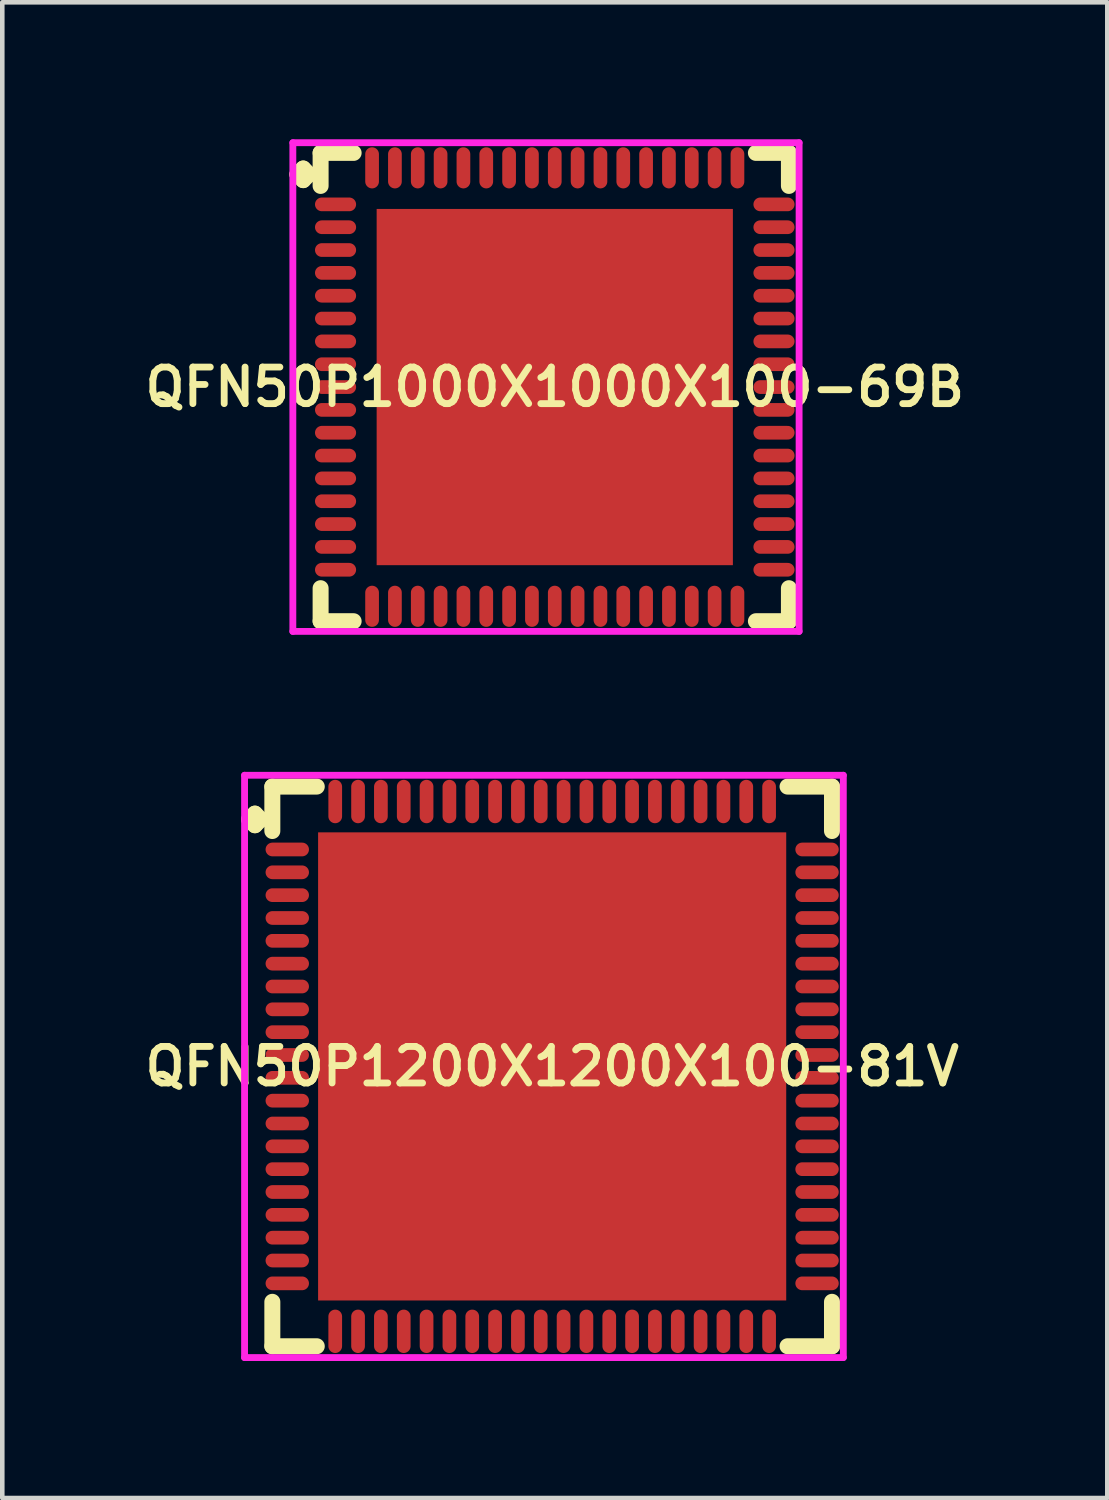
<source format=kicad_pcb>
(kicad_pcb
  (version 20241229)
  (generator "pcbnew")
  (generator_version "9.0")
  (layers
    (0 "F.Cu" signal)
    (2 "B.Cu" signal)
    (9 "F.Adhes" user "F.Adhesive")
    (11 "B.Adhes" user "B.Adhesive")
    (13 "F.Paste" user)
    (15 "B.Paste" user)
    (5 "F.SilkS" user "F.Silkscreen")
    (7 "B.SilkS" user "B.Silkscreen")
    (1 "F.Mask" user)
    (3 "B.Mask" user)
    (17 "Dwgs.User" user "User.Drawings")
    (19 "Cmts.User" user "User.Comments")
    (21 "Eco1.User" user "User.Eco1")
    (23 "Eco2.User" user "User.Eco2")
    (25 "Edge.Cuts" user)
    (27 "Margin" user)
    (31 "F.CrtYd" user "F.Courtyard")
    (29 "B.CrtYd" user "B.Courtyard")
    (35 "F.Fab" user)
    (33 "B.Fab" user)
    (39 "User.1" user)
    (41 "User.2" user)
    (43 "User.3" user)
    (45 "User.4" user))
  (footprint "QFN50P1200X1200X100-81V"
    (layer "F.Cu")
    (at 9.04 20.3)
    (property "Reference" "QFN50P1200X1200X100-81V" (at 0 0 0) (layer "F.SilkS") (effects (font (size 0.8 0.8) (thickness 0.15))))
    (attr smd)
    (fp_line (start -6.635 -5.408) (end -6.508 -5.535) (stroke (width 0.35) (type solid)) (layer "F.SilkS"))
    (fp_line (start -6.508 -5.535) (end -6.381 -5.408) (stroke (width 0.35) (type solid)) (layer "F.SilkS"))
    (fp_line (start -6.508 -5.281) (end -6.635 -5.408) (stroke (width 0.35) (type solid)) (layer "F.SilkS"))
    (fp_line (start -6.381 -5.408) (end -6.508 -5.281) (stroke (width 0.35) (type solid)) (layer "F.SilkS"))
    (fp_line (start -6.127 -6.127) (end -5.154 -6.127) (stroke (width 0.35) (type solid)) (layer "F.SilkS"))
    (fp_line (start -6.127 -5.154) (end -6.127 -6.127) (stroke (width 0.35) (type solid)) (layer "F.SilkS"))
    (fp_line (start -6.127 5.154) (end -6.127 6.127) (stroke (width 0.35) (type solid)) (layer "F.SilkS"))
    (fp_line (start -6.127 6.127) (end -5.154 6.127) (stroke (width 0.35) (type solid)) (layer "F.SilkS"))
    (fp_line (start 5.154 -6.127) (end 6.127 -6.127) (stroke (width 0.35) (type solid)) (layer "F.SilkS"))
    (fp_line (start 5.154 6.127) (end 6.127 6.127) (stroke (width 0.35) (type solid)) (layer "F.SilkS"))
    (fp_line (start 6.127 -6.127) (end 6.127 -5.154) (stroke (width 0.35) (type solid)) (layer "F.SilkS"))
    (fp_line (start 6.127 6.127) (end 6.127 5.154) (stroke (width 0.35) (type solid)) (layer "F.SilkS"))
    (fp_line (start -6.735 -6.375) (end 6.375 -6.375) (stroke (width 0.15) (type solid)) (layer "F.CrtYd"))
    (fp_line (start -6.735 6.375) (end -6.735 -6.375) (stroke (width 0.15) (type solid)) (layer "F.CrtYd"))
    (fp_line (start 6.375 -6.375) (end 6.375 6.375) (stroke (width 0.15) (type solid)) (layer "F.CrtYd"))
    (fp_line (start 6.375 6.375) (end -6.735 6.375) (stroke (width 0.15) (type solid)) (layer "F.CrtYd"))
    (pad "1" smd oval (at -5.8 -4.75) (size 0.95 0.3) (layers "F.Cu" "F.Mask" "F.Paste"))
    (pad "2" smd oval (at -5.8 -4.25) (size 0.95 0.3) (layers "F.Cu" "F.Mask" "F.Paste"))
    (pad "3" smd oval (at -5.8 -3.75) (size 0.95 0.3) (layers "F.Cu" "F.Mask" "F.Paste"))
    (pad "4" smd oval (at -5.8 -3.25) (size 0.95 0.3) (layers "F.Cu" "F.Mask" "F.Paste"))
    (pad "5" smd oval (at -5.8 -2.75) (size 0.95 0.3) (layers "F.Cu" "F.Mask" "F.Paste"))
    (pad "6" smd oval (at -5.8 -2.25) (size 0.95 0.3) (layers "F.Cu" "F.Mask" "F.Paste"))
    (pad "7" smd oval (at -5.8 -1.75) (size 0.95 0.3) (layers "F.Cu" "F.Mask" "F.Paste"))
    (pad "8" smd oval (at -5.8 -1.25) (size 0.95 0.3) (layers "F.Cu" "F.Mask" "F.Paste"))
    (pad "9" smd oval (at -5.8 -0.75) (size 0.95 0.3) (layers "F.Cu" "F.Mask" "F.Paste"))
    (pad "10" smd oval (at -5.8 -0.25) (size 0.95 0.3) (layers "F.Cu" "F.Mask" "F.Paste"))
    (pad "11" smd oval (at -5.8 0.25) (size 0.95 0.3) (layers "F.Cu" "F.Mask" "F.Paste"))
    (pad "12" smd oval (at -5.8 0.75) (size 0.95 0.3) (layers "F.Cu" "F.Mask" "F.Paste"))
    (pad "13" smd oval (at -5.8 1.25) (size 0.95 0.3) (layers "F.Cu" "F.Mask" "F.Paste"))
    (pad "14" smd oval (at -5.8 1.75) (size 0.95 0.3) (layers "F.Cu" "F.Mask" "F.Paste"))
    (pad "15" smd oval (at -5.8 2.25) (size 0.95 0.3) (layers "F.Cu" "F.Mask" "F.Paste"))
    (pad "16" smd oval (at -5.8 2.75) (size 0.95 0.3) (layers "F.Cu" "F.Mask" "F.Paste"))
    (pad "17" smd oval (at -5.8 3.25) (size 0.95 0.3) (layers "F.Cu" "F.Mask" "F.Paste"))
    (pad "18" smd oval (at -5.8 3.75) (size 0.95 0.3) (layers "F.Cu" "F.Mask" "F.Paste"))
    (pad "19" smd oval (at -5.8 4.25) (size 0.95 0.3) (layers "F.Cu" "F.Mask" "F.Paste"))
    (pad "20" smd oval (at -5.8 4.75) (size 0.95 0.3) (layers "F.Cu" "F.Mask" "F.Paste"))
    (pad "21" smd oval (at -4.75 5.8) (size 0.3 0.95) (layers "F.Cu" "F.Mask" "F.Paste"))
    (pad "22" smd oval (at -4.25 5.8) (size 0.3 0.95) (layers "F.Cu" "F.Mask" "F.Paste"))
    (pad "23" smd oval (at -3.75 5.8) (size 0.3 0.95) (layers "F.Cu" "F.Mask" "F.Paste"))
    (pad "24" smd oval (at -3.25 5.8) (size 0.3 0.95) (layers "F.Cu" "F.Mask" "F.Paste"))
    (pad "25" smd oval (at -2.75 5.8) (size 0.3 0.95) (layers "F.Cu" "F.Mask" "F.Paste"))
    (pad "26" smd oval (at -2.25 5.8) (size 0.3 0.95) (layers "F.Cu" "F.Mask" "F.Paste"))
    (pad "27" smd oval (at -1.75 5.8) (size 0.3 0.95) (layers "F.Cu" "F.Mask" "F.Paste"))
    (pad "28" smd oval (at -1.25 5.8) (size 0.3 0.95) (layers "F.Cu" "F.Mask" "F.Paste"))
    (pad "29" smd oval (at -0.75 5.8) (size 0.3 0.95) (layers "F.Cu" "F.Mask" "F.Paste"))
    (pad "30" smd oval (at -0.25 5.8) (size 0.3 0.95) (layers "F.Cu" "F.Mask" "F.Paste"))
    (pad "31" smd oval (at 0.25 5.8) (size 0.3 0.95) (layers "F.Cu" "F.Mask" "F.Paste"))
    (pad "32" smd oval (at 0.75 5.8) (size 0.3 0.95) (layers "F.Cu" "F.Mask" "F.Paste"))
    (pad "33" smd oval (at 1.25 5.8) (size 0.3 0.95) (layers "F.Cu" "F.Mask" "F.Paste"))
    (pad "34" smd oval (at 1.75 5.8) (size 0.3 0.95) (layers "F.Cu" "F.Mask" "F.Paste"))
    (pad "35" smd oval (at 2.25 5.8) (size 0.3 0.95) (layers "F.Cu" "F.Mask" "F.Paste"))
    (pad "36" smd oval (at 2.75 5.8) (size 0.3 0.95) (layers "F.Cu" "F.Mask" "F.Paste"))
    (pad "37" smd oval (at 3.25 5.8) (size 0.3 0.95) (layers "F.Cu" "F.Mask" "F.Paste"))
    (pad "38" smd oval (at 3.75 5.8) (size 0.3 0.95) (layers "F.Cu" "F.Mask" "F.Paste"))
    (pad "39" smd oval (at 4.25 5.8) (size 0.3 0.95) (layers "F.Cu" "F.Mask" "F.Paste"))
    (pad "40" smd oval (at 4.75 5.8) (size 0.3 0.95) (layers "F.Cu" "F.Mask" "F.Paste"))
    (pad "41" smd oval (at 5.8 4.75) (size 0.95 0.3) (layers "F.Cu" "F.Mask" "F.Paste"))
    (pad "42" smd oval (at 5.8 4.25) (size 0.95 0.3) (layers "F.Cu" "F.Mask" "F.Paste"))
    (pad "43" smd oval (at 5.8 3.75) (size 0.95 0.3) (layers "F.Cu" "F.Mask" "F.Paste"))
    (pad "44" smd oval (at 5.8 3.25) (size 0.95 0.3) (layers "F.Cu" "F.Mask" "F.Paste"))
    (pad "45" smd oval (at 5.8 2.75) (size 0.95 0.3) (layers "F.Cu" "F.Mask" "F.Paste"))
    (pad "46" smd oval (at 5.8 2.25) (size 0.95 0.3) (layers "F.Cu" "F.Mask" "F.Paste"))
    (pad "47" smd oval (at 5.8 1.75) (size 0.95 0.3) (layers "F.Cu" "F.Mask" "F.Paste"))
    (pad "48" smd oval (at 5.8 1.25) (size 0.95 0.3) (layers "F.Cu" "F.Mask" "F.Paste"))
    (pad "49" smd oval (at 5.8 0.75) (size 0.95 0.3) (layers "F.Cu" "F.Mask" "F.Paste"))
    (pad "50" smd oval (at 5.8 0.25) (size 0.95 0.3) (layers "F.Cu" "F.Mask" "F.Paste"))
    (pad "51" smd oval (at 5.8 -0.25) (size 0.95 0.3) (layers "F.Cu" "F.Mask" "F.Paste"))
    (pad "52" smd oval (at 5.8 -0.75) (size 0.95 0.3) (layers "F.Cu" "F.Mask" "F.Paste"))
    (pad "53" smd oval (at 5.8 -1.25) (size 0.95 0.3) (layers "F.Cu" "F.Mask" "F.Paste"))
    (pad "54" smd oval (at 5.8 -1.75) (size 0.95 0.3) (layers "F.Cu" "F.Mask" "F.Paste"))
    (pad "55" smd oval (at 5.8 -2.25) (size 0.95 0.3) (layers "F.Cu" "F.Mask" "F.Paste"))
    (pad "56" smd oval (at 5.8 -2.75) (size 0.95 0.3) (layers "F.Cu" "F.Mask" "F.Paste"))
    (pad "57" smd oval (at 5.8 -3.25) (size 0.95 0.3) (layers "F.Cu" "F.Mask" "F.Paste"))
    (pad "58" smd oval (at 5.8 -3.75) (size 0.95 0.3) (layers "F.Cu" "F.Mask" "F.Paste"))
    (pad "59" smd oval (at 5.8 -4.25) (size 0.95 0.3) (layers "F.Cu" "F.Mask" "F.Paste"))
    (pad "60" smd oval (at 5.8 -4.75) (size 0.95 0.3) (layers "F.Cu" "F.Mask" "F.Paste"))
    (pad "61" smd oval (at 4.75 -5.8) (size 0.3 0.95) (layers "F.Cu" "F.Mask" "F.Paste"))
    (pad "62" smd oval (at 4.25 -5.8) (size 0.3 0.95) (layers "F.Cu" "F.Mask" "F.Paste"))
    (pad "63" smd oval (at 3.75 -5.8) (size 0.3 0.95) (layers "F.Cu" "F.Mask" "F.Paste"))
    (pad "64" smd oval (at 3.25 -5.8) (size 0.3 0.95) (layers "F.Cu" "F.Mask" "F.Paste"))
    (pad "65" smd oval (at 2.75 -5.8) (size 0.3 0.95) (layers "F.Cu" "F.Mask" "F.Paste"))
    (pad "66" smd oval (at 2.25 -5.8) (size 0.3 0.95) (layers "F.Cu" "F.Mask" "F.Paste"))
    (pad "67" smd oval (at 1.75 -5.8) (size 0.3 0.95) (layers "F.Cu" "F.Mask" "F.Paste"))
    (pad "68" smd oval (at 1.25 -5.8) (size 0.3 0.95) (layers "F.Cu" "F.Mask" "F.Paste"))
    (pad "69" smd oval (at 0.75 -5.8) (size 0.3 0.95) (layers "F.Cu" "F.Mask" "F.Paste"))
    (pad "70" smd oval (at 0.25 -5.8) (size 0.3 0.95) (layers "F.Cu" "F.Mask" "F.Paste"))
    (pad "71" smd oval (at -0.25 -5.8) (size 0.3 0.95) (layers "F.Cu" "F.Mask" "F.Paste"))
    (pad "72" smd oval (at -0.75 -5.8) (size 0.3 0.95) (layers "F.Cu" "F.Mask" "F.Paste"))
    (pad "73" smd oval (at -1.25 -5.8) (size 0.3 0.95) (layers "F.Cu" "F.Mask" "F.Paste"))
    (pad "74" smd oval (at -1.75 -5.8) (size 0.3 0.95) (layers "F.Cu" "F.Mask" "F.Paste"))
    (pad "75" smd oval (at -2.25 -5.8) (size 0.3 0.95) (layers "F.Cu" "F.Mask" "F.Paste"))
    (pad "76" smd oval (at -2.75 -5.8) (size 0.3 0.95) (layers "F.Cu" "F.Mask" "F.Paste"))
    (pad "77" smd oval (at -3.25 -5.8) (size 0.3 0.95) (layers "F.Cu" "F.Mask" "F.Paste"))
    (pad "78" smd oval (at -3.75 -5.8) (size 0.3 0.95) (layers "F.Cu" "F.Mask" "F.Paste"))
    (pad "79" smd oval (at -4.25 -5.8) (size 0.3 0.95) (layers "F.Cu" "F.Mask" "F.Paste"))
    (pad "80" smd oval (at -4.75 -5.8) (size 0.3 0.95) (layers "F.Cu" "F.Mask" "F.Paste"))
    (pad "81" smd rect (at 0 0) (size 10.25 10.25) (layers "F.Cu" "F.Mask" "F.Paste")))
  (footprint "QFN50P1000X1000X100-69B"
    (layer "F.Cu")
    (at 9.097 5.425)
    (property "Reference" "QFN50P1000X1000X100-69B" (at 0 0 0) (layer "F.SilkS") (effects (font (size 0.8 0.8) (thickness 0.15))))
    (attr smd)
    (fp_line (start -5.635 -4.658) (end -5.508 -4.785) (stroke (width 0.35) (type solid)) (layer "F.SilkS"))
    (fp_line (start -5.508 -4.785) (end -5.381 -4.658) (stroke (width 0.35) (type solid)) (layer "F.SilkS"))
    (fp_line (start -5.508 -4.531) (end -5.635 -4.658) (stroke (width 0.35) (type solid)) (layer "F.SilkS"))
    (fp_line (start -5.381 -4.658) (end -5.508 -4.531) (stroke (width 0.35) (type solid)) (layer "F.SilkS"))
    (fp_line (start -5.127 -5.127) (end -4.404 -5.127) (stroke (width 0.35) (type solid)) (layer "F.SilkS"))
    (fp_line (start -5.127 -4.404) (end -5.127 -5.127) (stroke (width 0.35) (type solid)) (layer "F.SilkS"))
    (fp_line (start -5.127 4.404) (end -5.127 5.127) (stroke (width 0.35) (type solid)) (layer "F.SilkS"))
    (fp_line (start -5.127 5.127) (end -4.404 5.127) (stroke (width 0.35) (type solid)) (layer "F.SilkS"))
    (fp_line (start 4.404 -5.127) (end 5.127 -5.127) (stroke (width 0.35) (type solid)) (layer "F.SilkS"))
    (fp_line (start 4.404 5.127) (end 5.127 5.127) (stroke (width 0.35) (type solid)) (layer "F.SilkS"))
    (fp_line (start 5.127 -5.127) (end 5.127 -4.404) (stroke (width 0.35) (type solid)) (layer "F.SilkS"))
    (fp_line (start 5.127 5.127) (end 5.127 4.404) (stroke (width 0.35) (type solid)) (layer "F.SilkS"))
    (fp_line (start -5.735 -5.35) (end 5.35 -5.35) (stroke (width 0.15) (type solid)) (layer "F.CrtYd"))
    (fp_line (start -5.735 5.35) (end -5.735 -5.35) (stroke (width 0.15) (type solid)) (layer "F.CrtYd"))
    (fp_line (start 5.35 -5.35) (end 5.35 5.35) (stroke (width 0.15) (type solid)) (layer "F.CrtYd"))
    (fp_line (start 5.35 5.35) (end -5.735 5.35) (stroke (width 0.15) (type solid)) (layer "F.CrtYd"))
    (pad "1" smd oval (at -4.8 -4) (size 0.9 0.3) (layers "F.Cu" "F.Mask" "F.Paste"))
    (pad "2" smd oval (at -4.8 -3.5) (size 0.9 0.3) (layers "F.Cu" "F.Mask" "F.Paste"))
    (pad "3" smd oval (at -4.8 -3) (size 0.9 0.3) (layers "F.Cu" "F.Mask" "F.Paste"))
    (pad "4" smd oval (at -4.8 -2.5) (size 0.9 0.3) (layers "F.Cu" "F.Mask" "F.Paste"))
    (pad "5" smd oval (at -4.8 -2) (size 0.9 0.3) (layers "F.Cu" "F.Mask" "F.Paste"))
    (pad "6" smd oval (at -4.8 -1.5) (size 0.9 0.3) (layers "F.Cu" "F.Mask" "F.Paste"))
    (pad "7" smd oval (at -4.8 -1) (size 0.9 0.3) (layers "F.Cu" "F.Mask" "F.Paste"))
    (pad "8" smd oval (at -4.8 -0.5) (size 0.9 0.3) (layers "F.Cu" "F.Mask" "F.Paste"))
    (pad "9" smd oval (at -4.8 0) (size 0.9 0.3) (layers "F.Cu" "F.Mask" "F.Paste"))
    (pad "10" smd oval (at -4.8 0.5) (size 0.9 0.3) (layers "F.Cu" "F.Mask" "F.Paste"))
    (pad "11" smd oval (at -4.8 1) (size 0.9 0.3) (layers "F.Cu" "F.Mask" "F.Paste"))
    (pad "12" smd oval (at -4.8 1.5) (size 0.9 0.3) (layers "F.Cu" "F.Mask" "F.Paste"))
    (pad "13" smd oval (at -4.8 2) (size 0.9 0.3) (layers "F.Cu" "F.Mask" "F.Paste"))
    (pad "14" smd oval (at -4.8 2.5) (size 0.9 0.3) (layers "F.Cu" "F.Mask" "F.Paste"))
    (pad "15" smd oval (at -4.8 3) (size 0.9 0.3) (layers "F.Cu" "F.Mask" "F.Paste"))
    (pad "16" smd oval (at -4.8 3.5) (size 0.9 0.3) (layers "F.Cu" "F.Mask" "F.Paste"))
    (pad "17" smd oval (at -4.8 4) (size 0.9 0.3) (layers "F.Cu" "F.Mask" "F.Paste"))
    (pad "18" smd oval (at -4 4.8) (size 0.3 0.9) (layers "F.Cu" "F.Mask" "F.Paste"))
    (pad "19" smd oval (at -3.5 4.8) (size 0.3 0.9) (layers "F.Cu" "F.Mask" "F.Paste"))
    (pad "20" smd oval (at -3 4.8) (size 0.3 0.9) (layers "F.Cu" "F.Mask" "F.Paste"))
    (pad "21" smd oval (at -2.5 4.8) (size 0.3 0.9) (layers "F.Cu" "F.Mask" "F.Paste"))
    (pad "22" smd oval (at -2 4.8) (size 0.3 0.9) (layers "F.Cu" "F.Mask" "F.Paste"))
    (pad "23" smd oval (at -1.5 4.8) (size 0.3 0.9) (layers "F.Cu" "F.Mask" "F.Paste"))
    (pad "24" smd oval (at -1 4.8) (size 0.3 0.9) (layers "F.Cu" "F.Mask" "F.Paste"))
    (pad "25" smd oval (at -0.5 4.8) (size 0.3 0.9) (layers "F.Cu" "F.Mask" "F.Paste"))
    (pad "26" smd oval (at 0 4.8) (size 0.3 0.9) (layers "F.Cu" "F.Mask" "F.Paste"))
    (pad "27" smd oval (at 0.5 4.8) (size 0.3 0.9) (layers "F.Cu" "F.Mask" "F.Paste"))
    (pad "28" smd oval (at 1 4.8) (size 0.3 0.9) (layers "F.Cu" "F.Mask" "F.Paste"))
    (pad "29" smd oval (at 1.5 4.8) (size 0.3 0.9) (layers "F.Cu" "F.Mask" "F.Paste"))
    (pad "30" smd oval (at 2 4.8) (size 0.3 0.9) (layers "F.Cu" "F.Mask" "F.Paste"))
    (pad "31" smd oval (at 2.5 4.8) (size 0.3 0.9) (layers "F.Cu" "F.Mask" "F.Paste"))
    (pad "32" smd oval (at 3 4.8) (size 0.3 0.9) (layers "F.Cu" "F.Mask" "F.Paste"))
    (pad "33" smd oval (at 3.5 4.8) (size 0.3 0.9) (layers "F.Cu" "F.Mask" "F.Paste"))
    (pad "34" smd oval (at 4 4.8) (size 0.3 0.9) (layers "F.Cu" "F.Mask" "F.Paste"))
    (pad "35" smd oval (at 4.8 4) (size 0.9 0.3) (layers "F.Cu" "F.Mask" "F.Paste"))
    (pad "36" smd oval (at 4.8 3.5) (size 0.9 0.3) (layers "F.Cu" "F.Mask" "F.Paste"))
    (pad "37" smd oval (at 4.8 3) (size 0.9 0.3) (layers "F.Cu" "F.Mask" "F.Paste"))
    (pad "38" smd oval (at 4.8 2.5) (size 0.9 0.3) (layers "F.Cu" "F.Mask" "F.Paste"))
    (pad "39" smd oval (at 4.8 2) (size 0.9 0.3) (layers "F.Cu" "F.Mask" "F.Paste"))
    (pad "40" smd oval (at 4.8 1.5) (size 0.9 0.3) (layers "F.Cu" "F.Mask" "F.Paste"))
    (pad "41" smd oval (at 4.8 1) (size 0.9 0.3) (layers "F.Cu" "F.Mask" "F.Paste"))
    (pad "42" smd oval (at 4.8 0.5) (size 0.9 0.3) (layers "F.Cu" "F.Mask" "F.Paste"))
    (pad "43" smd oval (at 4.8 0) (size 0.9 0.3) (layers "F.Cu" "F.Mask" "F.Paste"))
    (pad "44" smd oval (at 4.8 -0.5) (size 0.9 0.3) (layers "F.Cu" "F.Mask" "F.Paste"))
    (pad "45" smd oval (at 4.8 -1) (size 0.9 0.3) (layers "F.Cu" "F.Mask" "F.Paste"))
    (pad "46" smd oval (at 4.8 -1.5) (size 0.9 0.3) (layers "F.Cu" "F.Mask" "F.Paste"))
    (pad "47" smd oval (at 4.8 -2) (size 0.9 0.3) (layers "F.Cu" "F.Mask" "F.Paste"))
    (pad "48" smd oval (at 4.8 -2.5) (size 0.9 0.3) (layers "F.Cu" "F.Mask" "F.Paste"))
    (pad "49" smd oval (at 4.8 -3) (size 0.9 0.3) (layers "F.Cu" "F.Mask" "F.Paste"))
    (pad "50" smd oval (at 4.8 -3.5) (size 0.9 0.3) (layers "F.Cu" "F.Mask" "F.Paste"))
    (pad "51" smd oval (at 4.8 -4) (size 0.9 0.3) (layers "F.Cu" "F.Mask" "F.Paste"))
    (pad "52" smd oval (at 4 -4.8) (size 0.3 0.9) (layers "F.Cu" "F.Mask" "F.Paste"))
    (pad "53" smd oval (at 3.5 -4.8) (size 0.3 0.9) (layers "F.Cu" "F.Mask" "F.Paste"))
    (pad "54" smd oval (at 3 -4.8) (size 0.3 0.9) (layers "F.Cu" "F.Mask" "F.Paste"))
    (pad "55" smd oval (at 2.5 -4.8) (size 0.3 0.9) (layers "F.Cu" "F.Mask" "F.Paste"))
    (pad "56" smd oval (at 2 -4.8) (size 0.3 0.9) (layers "F.Cu" "F.Mask" "F.Paste"))
    (pad "57" smd oval (at 1.5 -4.8) (size 0.3 0.9) (layers "F.Cu" "F.Mask" "F.Paste"))
    (pad "58" smd oval (at 1 -4.8) (size 0.3 0.9) (layers "F.Cu" "F.Mask" "F.Paste"))
    (pad "59" smd oval (at 0.5 -4.8) (size 0.3 0.9) (layers "F.Cu" "F.Mask" "F.Paste"))
    (pad "60" smd oval (at 0 -4.8) (size 0.3 0.9) (layers "F.Cu" "F.Mask" "F.Paste"))
    (pad "61" smd oval (at -0.5 -4.8) (size 0.3 0.9) (layers "F.Cu" "F.Mask" "F.Paste"))
    (pad "62" smd oval (at -1 -4.8) (size 0.3 0.9) (layers "F.Cu" "F.Mask" "F.Paste"))
    (pad "63" smd oval (at -1.5 -4.8) (size 0.3 0.9) (layers "F.Cu" "F.Mask" "F.Paste"))
    (pad "64" smd oval (at -2 -4.8) (size 0.3 0.9) (layers "F.Cu" "F.Mask" "F.Paste"))
    (pad "65" smd oval (at -2.5 -4.8) (size 0.3 0.9) (layers "F.Cu" "F.Mask" "F.Paste"))
    (pad "66" smd oval (at -3 -4.8) (size 0.3 0.9) (layers "F.Cu" "F.Mask" "F.Paste"))
    (pad "67" smd oval (at -3.5 -4.8) (size 0.3 0.9) (layers "F.Cu" "F.Mask" "F.Paste"))
    (pad "68" smd oval (at -4 -4.8) (size 0.3 0.9) (layers "F.Cu" "F.Mask" "F.Paste"))
    (pad "69" smd rect (at 0 0) (size 7.8 7.8) (layers "F.Cu" "F.Mask" "F.Paste")))
  (gr_rect
    (start -3 -3)
    (end 21.195 29.75)
    (stroke (width 0.1) (type default))
    (fill no)
    (layer "Edge.Cuts")))
</source>
